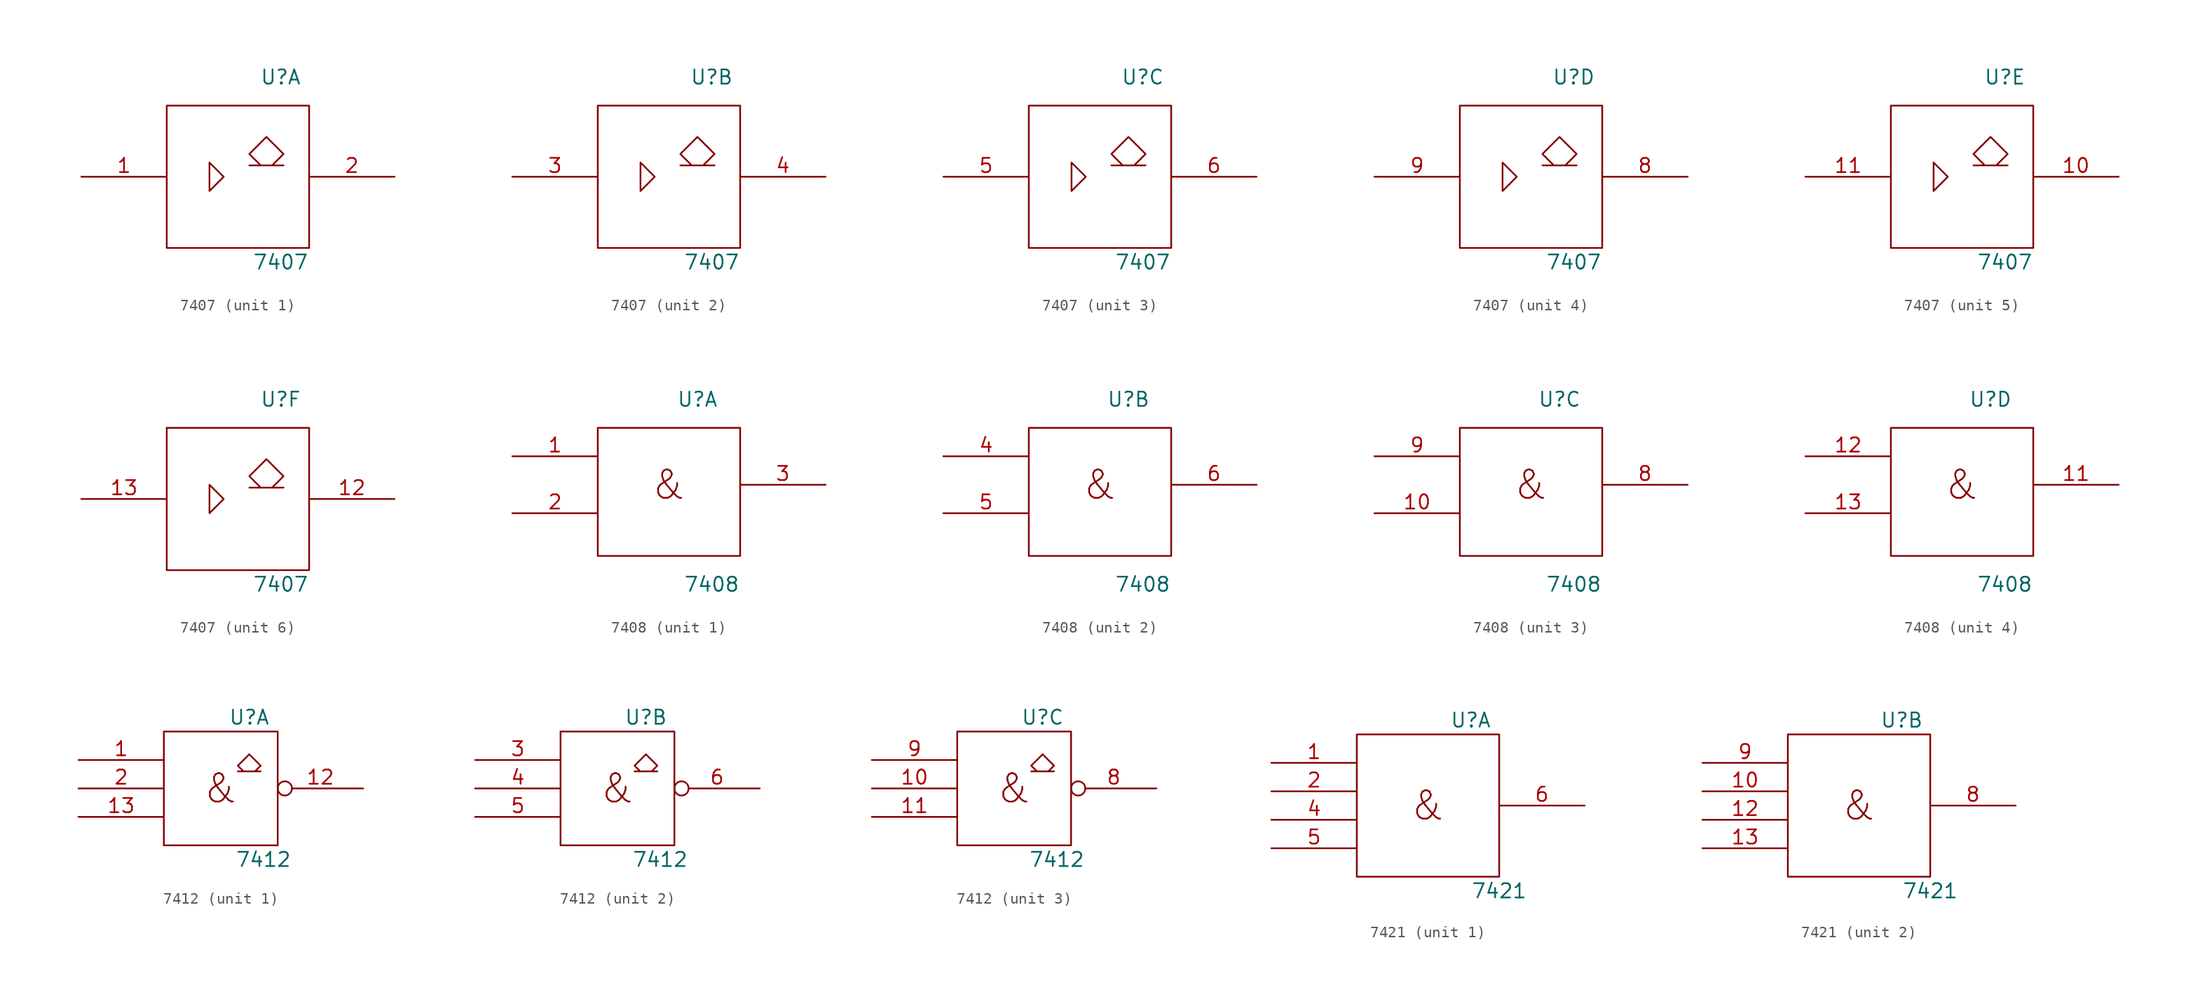
<source format=kicad_sym>
(kicad_symbol_lib
  (version 20231120)
  (generator "kicad_symbol_editor")
  (generator_version "8.0")
  (symbol "7407"
    (pin_names
      (offset 0.762))
    (property "Reference" "U"
      (at 3.81 8.89 0)
      (effects (font (size 1.27 1.27))))
    (property "Value" "7407"
      (at 3.81 -7.62 0)
      (effects (font (size 1.27 1.27))))
    (symbol "7407_0_1"
      (rectangle (start -6.35 6.35) (end 6.35 -6.35) (stroke (width 0) (type default)) (fill (type none)))
      (polyline (pts (xy -2.54 1.27) (xy -2.54 -1.27) (xy -1.27 0) (xy -2.54 1.27) (xy -2.54 1.27)) (stroke (width 0) (type default)) (fill (type none)))
      (polyline (pts (xy 3.048 1.016) (xy 4.064 2.032) (xy 2.54 3.556) (xy 1.016 2.032) (xy 2.032 1.016) (xy 1.016 1.016) (xy 4.064 1.016) (xy 4.064 1.016)) (stroke (width 0) (type default)) (fill (type none)))
      (pin power_in line (at 0 6.35 270) (length 0) hide (name "Vcc" (effects (font (size 1.27 1.27)))) (number "14" (effects (font (size 1.27 1.27)))))
      (pin power_in line (at 0 -6.35 90) (length 0) hide (name "Gnd" (effects (font (size 1.27 1.27)))) (number "7" (effects (font (size 1.27 1.27))))))
    (symbol "7407_1_1"
      (pin input line (at -13.97 0 0) (length 7.62) (name "~" (effects (font (size 1.27 1.27)))) (number "1" (effects (font (size 1.27 1.27)))))
      (pin open_collector line (at 13.97 0 180) (length 7.62) (name "~" (effects (font (size 1.27 1.27)))) (number "2" (effects (font (size 1.27 1.27))))))
    (symbol "7407_2_1"
      (pin input line (at -13.97 0 0) (length 7.62) (name "~" (effects (font (size 1.27 1.27)))) (number "3" (effects (font (size 1.27 1.27)))))
      (pin open_collector line (at 13.97 0 180) (length 7.62) (name "~" (effects (font (size 1.27 1.27)))) (number "4" (effects (font (size 1.27 1.27))))))
    (symbol "7407_3_1"
      (pin input line (at -13.97 0 0) (length 7.62) (name "~" (effects (font (size 1.27 1.27)))) (number "5" (effects (font (size 1.27 1.27)))))
      (pin open_collector line (at 13.97 0 180) (length 7.62) (name "~" (effects (font (size 1.27 1.27)))) (number "6" (effects (font (size 1.27 1.27))))))
    (symbol "7407_4_1"
      (pin open_collector line (at 13.97 0 180) (length 7.62) (name "~" (effects (font (size 1.27 1.27)))) (number "8" (effects (font (size 1.27 1.27)))))
      (pin input line (at -13.97 0 0) (length 7.62) (name "~" (effects (font (size 1.27 1.27)))) (number "9" (effects (font (size 1.27 1.27))))))
    (symbol "7407_5_1"
      (pin open_collector line (at 13.97 0 180) (length 7.62) (name "~" (effects (font (size 1.27 1.27)))) (number "10" (effects (font (size 1.27 1.27)))))
      (pin input line (at -13.97 0 0) (length 7.62) (name "~" (effects (font (size 1.27 1.27)))) (number "11" (effects (font (size 1.27 1.27))))))
    (symbol "7407_6_1"
      (pin open_collector line (at 13.97 0 180) (length 7.62) (name "~" (effects (font (size 1.27 1.27)))) (number "12" (effects (font (size 1.27 1.27)))))
      (pin input line (at -13.97 0 0) (length 7.62) (name "~" (effects (font (size 1.27 1.27)))) (number "13" (effects (font (size 1.27 1.27)))))))
  (symbol "7408"
    (pin_names
      (offset 0.762))
    (property "Reference" "U"
      (at 2.54 7.62 0)
      (effects (font (size 1.27 1.27))))
    (property "Value" "7408"
      (at 3.81 -8.89 0)
      (effects (font (size 1.27 1.27))))
    (symbol "7408_0_1"
      (rectangle (start -6.35 5.08) (end 6.35 -6.35) (stroke (width 0) (type default)) (fill (type none)))
      (text "&" (at 0 0 0) (effects (font (size 2.54 2.54))))
      (pin power_in line (at 0 5.08 270) (length 0) hide (name "Vcc" (effects (font (size 1.27 1.27)))) (number "14" (effects (font (size 1.27 1.27)))))
      (pin power_in line (at 0 -6.35 90) (length 0) hide (name "Gnd" (effects (font (size 1.27 1.27)))) (number "7" (effects (font (size 1.27 1.27))))))
    (symbol "7408_1_1"
      (pin input line (at -13.97 2.54 0) (length 7.62) (name "~" (effects (font (size 1.27 1.27)))) (number "1" (effects (font (size 1.27 1.27)))))
      (pin input line (at -13.97 -2.54 0) (length 7.62) (name "~" (effects (font (size 1.27 1.27)))) (number "2" (effects (font (size 1.27 1.27)))))
      (pin output line (at 13.97 0 180) (length 7.62) (name "~" (effects (font (size 1.27 1.27)))) (number "3" (effects (font (size 1.27 1.27))))))
    (symbol "7408_2_1"
      (pin input line (at -13.97 2.54 0) (length 7.62) (name "~" (effects (font (size 1.27 1.27)))) (number "4" (effects (font (size 1.27 1.27)))))
      (pin input line (at -13.97 -2.54 0) (length 7.62) (name "~" (effects (font (size 1.27 1.27)))) (number "5" (effects (font (size 1.27 1.27)))))
      (pin input line (at 13.97 0 180) (length 7.62) (name "~" (effects (font (size 1.27 1.27)))) (number "6" (effects (font (size 1.27 1.27))))))
    (symbol "7408_3_1"
      (pin input line (at -13.97 -2.54 0) (length 7.62) (name "~" (effects (font (size 1.27 1.27)))) (number "10" (effects (font (size 1.27 1.27)))))
      (pin input line (at 13.97 0 180) (length 7.62) (name "~" (effects (font (size 1.27 1.27)))) (number "8" (effects (font (size 1.27 1.27)))))
      (pin input line (at -13.97 2.54 0) (length 7.62) (name "~" (effects (font (size 1.27 1.27)))) (number "9" (effects (font (size 1.27 1.27))))))
    (symbol "7408_4_1"
      (pin input line (at 13.97 0 180) (length 7.62) (name "~" (effects (font (size 1.27 1.27)))) (number "11" (effects (font (size 1.27 1.27)))))
      (pin input line (at -13.97 2.54 0) (length 7.62) (name "~" (effects (font (size 1.27 1.27)))) (number "12" (effects (font (size 1.27 1.27)))))
      (pin input line (at -13.97 -2.54 0) (length 7.62) (name "~" (effects (font (size 1.27 1.27)))) (number "13" (effects (font (size 1.27 1.27)))))))
  (symbol "7412"
    (pin_names
      (offset 0.762))
    (property "Reference" "U"
      (at 2.54 6.35 0)
      (effects (font (size 1.27 1.27))))
    (property "Value" "7412"
      (at 3.81 -6.35 0)
      (effects (font (size 1.27 1.27))))
    (symbol "7412_0_0"
      (polyline (pts (xy 2.032 1.524) (xy 1.524 2.032) (xy 2.54 3.048) (xy 3.556 2.032) (xy 3.048 1.524) (xy 3.556 1.524) (xy 1.524 1.524) (xy 1.524 1.524)) (stroke (width 0) (type default)) (fill (type none)))
      (text "&" (at 0 0 0) (effects (font (size 2.54 2.54)))))
    (symbol "7412_0_1"
      (rectangle (start -5.08 5.08) (end 5.08 -5.08) (stroke (width 0) (type default)) (fill (type none)))
      (pin power_in line (at 0 5.08 270) (length 0) hide (name "Vcc" (effects (font (size 1.27 1.27)))) (number "14" (effects (font (size 1.27 1.27)))))
      (pin power_in line (at 0 -5.08 90) (length 0) hide (name "Gnd" (effects (font (size 1.27 1.27)))) (number "7" (effects (font (size 1.27 1.27))))))
    (symbol "7412_1_1"
      (pin input line (at -12.7 2.54 0) (length 7.62) (name "~" (effects (font (size 1.27 1.27)))) (number "1" (effects (font (size 1.27 1.27)))))
      (pin open_collector inverted (at 12.7 0 180) (length 7.62) (name "~" (effects (font (size 1.27 1.27)))) (number "12" (effects (font (size 1.27 1.27)))))
      (pin input line (at -12.7 -2.54 0) (length 7.62) (name "~" (effects (font (size 1.27 1.27)))) (number "13" (effects (font (size 1.27 1.27)))))
      (pin input line (at -12.7 0 0) (length 7.62) (name "~" (effects (font (size 1.27 1.27)))) (number "2" (effects (font (size 1.27 1.27))))))
    (symbol "7412_2_1"
      (pin input line (at -12.7 2.54 0) (length 7.62) (name "~" (effects (font (size 1.27 1.27)))) (number "3" (effects (font (size 1.27 1.27)))))
      (pin input line (at -12.7 0 0) (length 7.62) (name "~" (effects (font (size 1.27 1.27)))) (number "4" (effects (font (size 1.27 1.27)))))
      (pin input line (at -12.7 -2.54 0) (length 7.62) (name "~" (effects (font (size 1.27 1.27)))) (number "5" (effects (font (size 1.27 1.27)))))
      (pin open_collector inverted (at 12.7 0 180) (length 7.62) (name "~" (effects (font (size 1.27 1.27)))) (number "6" (effects (font (size 1.27 1.27))))))
    (symbol "7412_3_1"
      (pin input line (at -12.7 0 0) (length 7.62) (name "~" (effects (font (size 1.27 1.27)))) (number "10" (effects (font (size 1.27 1.27)))))
      (pin input line (at -12.7 -2.54 0) (length 7.62) (name "~" (effects (font (size 1.27 1.27)))) (number "11" (effects (font (size 1.27 1.27)))))
      (pin open_collector inverted (at 12.7 0 180) (length 7.62) (name "~" (effects (font (size 1.27 1.27)))) (number "8" (effects (font (size 1.27 1.27)))))
      (pin input line (at -12.7 2.54 0) (length 7.62) (name "~" (effects (font (size 1.27 1.27)))) (number "9" (effects (font (size 1.27 1.27)))))))
  (symbol "7421"
    (pin_names
      (offset 0.762))
    (property "Reference" "U"
      (at 3.81 7.62 0)
      (effects (font (size 1.27 1.27))))
    (property "Value" "7421"
      (at 6.35 -7.62 0)
      (effects (font (size 1.27 1.27))))
    (symbol "7421_0_0"
      (text "&" (at 0 0 0) (effects (font (size 2.54 2.54)))))
    (symbol "7421_0_1"
      (rectangle (start -6.35 6.35) (end 6.35 -6.35) (stroke (width 0) (type default)) (fill (type none)))
      (pin power_in line (at 0 6.35 270) (length 0) hide (name "Vcc" (effects (font (size 1.27 1.27)))) (number "14" (effects (font (size 1.27 1.27)))))
      (pin power_in line (at 0 -6.35 90) (length 0) hide (name "Gnd" (effects (font (size 1.27 1.27)))) (number "7" (effects (font (size 1.27 1.27))))))
    (symbol "7421_1_1"
      (pin input line (at -13.97 3.81 0) (length 7.62) (name "~" (effects (font (size 1.27 1.27)))) (number "1" (effects (font (size 1.27 1.27)))))
      (pin input line (at -13.97 1.27 0) (length 7.62) (name "~" (effects (font (size 1.27 1.27)))) (number "2" (effects (font (size 1.27 1.27)))))
      (pin input line (at -13.97 -1.27 0) (length 7.62) (name "~" (effects (font (size 1.27 1.27)))) (number "4" (effects (font (size 1.27 1.27)))))
      (pin input line (at -13.97 -3.81 0) (length 7.62) (name "~" (effects (font (size 1.27 1.27)))) (number "5" (effects (font (size 1.27 1.27)))))
      (pin output line (at 13.97 0 180) (length 7.62) (name "~" (effects (font (size 1.27 1.27)))) (number "6" (effects (font (size 1.27 1.27))))))
    (symbol "7421_2_1"
      (pin input line (at -13.97 1.27 0) (length 7.62) (name "~" (effects (font (size 1.27 1.27)))) (number "10" (effects (font (size 1.27 1.27)))))
      (pin input line (at -13.97 -1.27 0) (length 7.62) (name "~" (effects (font (size 1.27 1.27)))) (number "12" (effects (font (size 1.27 1.27)))))
      (pin input line (at -13.97 -3.81 0) (length 7.62) (name "~" (effects (font (size 1.27 1.27)))) (number "13" (effects (font (size 1.27 1.27)))))
      (pin output line (at 13.97 0 180) (length 7.62) (name "~" (effects (font (size 1.27 1.27)))) (number "8" (effects (font (size 1.27 1.27)))))
      (pin input line (at -13.97 3.81 0) (length 7.62) (name "~" (effects (font (size 1.27 1.27)))) (number "9" (effects (font (size 1.27 1.27))))))))
</source>
